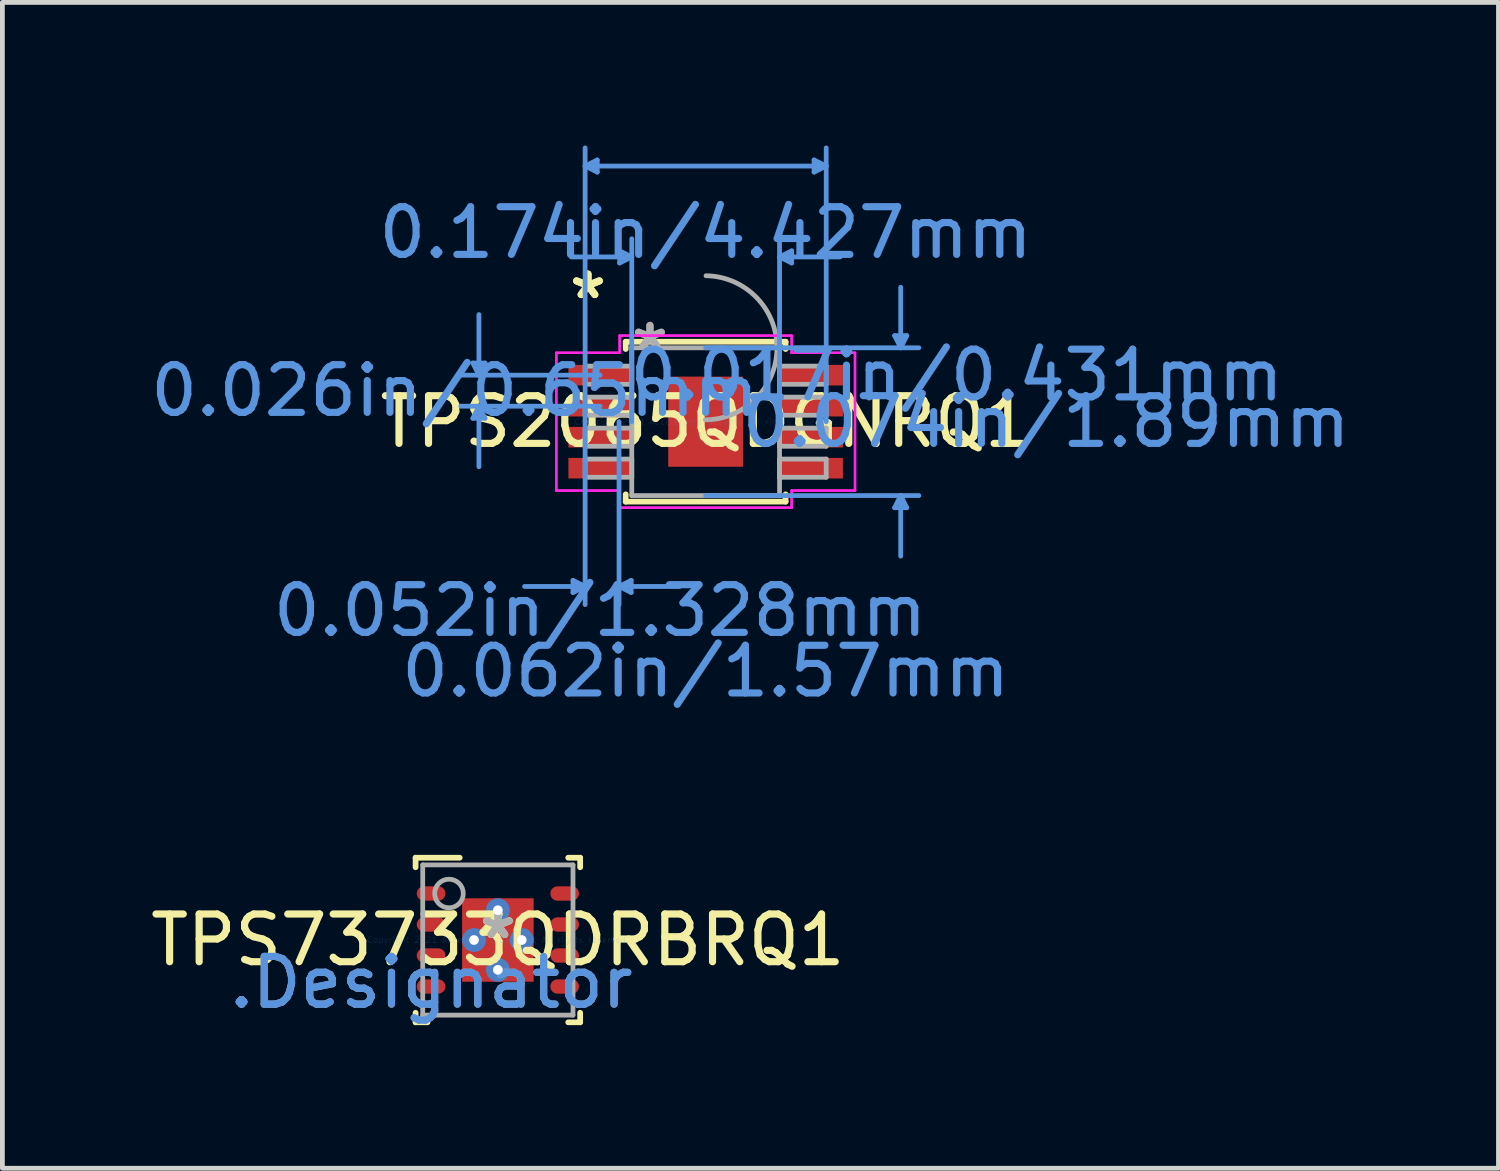
<source format=kicad_pcb>
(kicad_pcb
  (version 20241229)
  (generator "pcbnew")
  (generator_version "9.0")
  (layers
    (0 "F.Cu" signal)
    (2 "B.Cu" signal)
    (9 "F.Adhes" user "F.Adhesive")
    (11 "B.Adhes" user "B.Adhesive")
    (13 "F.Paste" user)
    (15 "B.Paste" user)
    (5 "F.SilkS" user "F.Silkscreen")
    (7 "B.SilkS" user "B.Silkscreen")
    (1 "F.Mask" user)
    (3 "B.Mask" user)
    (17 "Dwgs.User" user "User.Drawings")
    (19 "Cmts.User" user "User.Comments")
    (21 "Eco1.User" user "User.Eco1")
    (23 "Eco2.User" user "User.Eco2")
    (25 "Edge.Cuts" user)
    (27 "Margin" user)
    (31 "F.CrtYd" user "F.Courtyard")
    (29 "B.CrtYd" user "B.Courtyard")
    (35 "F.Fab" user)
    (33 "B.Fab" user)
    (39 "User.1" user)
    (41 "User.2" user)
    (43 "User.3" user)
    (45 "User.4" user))
  (footprint "TPS2065QDGNRQ1"
    (layer "F.Cu")
    (at 11.743 5.79)
    (property "Reference" "TPS2065QDGNRQ1" (at 0 0 0) (layer "F.SilkS") (effects (font (size 1 1) (thickness 0.15))))
    (attr through_hole)
    (fp_line (start -1.676 -1.676) (end -1.676 -1.523) (stroke (width 0.12) (type solid)) (layer "F.SilkS"))
    (fp_line (start -1.676 1.523) (end -1.676 1.676) (stroke (width 0.12) (type solid)) (layer "F.SilkS"))
    (fp_line (start -1.676 1.676) (end 1.676 1.676) (stroke (width 0.12) (type solid)) (layer "F.SilkS"))
    (fp_line (start 1.676 -1.676) (end -1.676 -1.676) (stroke (width 0.12) (type solid)) (layer "F.SilkS"))
    (fp_line (start 1.676 -1.523) (end 1.676 -1.676) (stroke (width 0.12) (type solid)) (layer "F.SilkS"))
    (fp_line (start 1.676 1.676) (end 1.676 1.523) (stroke (width 0.12) (type solid)) (layer "F.SilkS"))
    (fp_line (start -4.88 -1.229) (end -4.626 -1.229) (stroke (width 0.1) (type solid)) (layer "Cmts.User"))
    (fp_line (start -4.88 -0.071) (end -4.626 -0.071) (stroke (width 0.1) (type solid)) (layer "Cmts.User"))
    (fp_line (start -4.753 -0.975) (end -4.88 -1.229) (stroke (width 0.1) (type solid)) (layer "Cmts.User"))
    (fp_line (start -4.753 -0.975) (end -4.753 -2.245) (stroke (width 0.1) (type solid)) (layer "Cmts.User"))
    (fp_line (start -4.753 -0.975) (end -4.626 -1.229) (stroke (width 0.1) (type solid)) (layer "Cmts.User"))
    (fp_line (start -4.753 -0.325) (end -4.88 -0.071) (stroke (width 0.1) (type solid)) (layer "Cmts.User"))
    (fp_line (start -4.753 -0.325) (end -4.753 0.945) (stroke (width 0.1) (type solid)) (layer "Cmts.User"))
    (fp_line (start -4.753 -0.325) (end -4.626 -0.071) (stroke (width 0.1) (type solid)) (layer "Cmts.User"))
    (fp_line (start -2.781 3.327) (end -2.781 3.581) (stroke (width 0.1) (type solid)) (layer "Cmts.User"))
    (fp_line (start -2.527 -5.359) (end -2.273 -5.486) (stroke (width 0.1) (type solid)) (layer "Cmts.User"))
    (fp_line (start -2.527 -5.359) (end -2.273 -5.232) (stroke (width 0.1) (type solid)) (layer "Cmts.User"))
    (fp_line (start -2.527 -5.359) (end 2.527 -5.359) (stroke (width 0.1) (type solid)) (layer "Cmts.User"))
    (fp_line (start -2.527 0) (end -2.527 -5.74) (stroke (width 0.1) (type solid)) (layer "Cmts.User"))
    (fp_line (start -2.527 0) (end -2.527 3.835) (stroke (width 0.1) (type solid)) (layer "Cmts.User"))
    (fp_line (start -2.527 3.454) (end -3.797 3.454) (stroke (width 0.1) (type solid)) (layer "Cmts.User"))
    (fp_line (start -2.527 3.454) (end -2.781 3.327) (stroke (width 0.1) (type solid)) (layer "Cmts.User"))
    (fp_line (start -2.527 3.454) (end -2.781 3.581) (stroke (width 0.1) (type solid)) (layer "Cmts.User"))
    (fp_line (start -2.273 -5.486) (end -2.273 -5.232) (stroke (width 0.1) (type solid)) (layer "Cmts.User"))
    (fp_line (start -2.213 -0.975) (end -5.134 -0.975) (stroke (width 0.1) (type solid)) (layer "Cmts.User"))
    (fp_line (start -2.213 -0.325) (end -5.134 -0.325) (stroke (width 0.1) (type solid)) (layer "Cmts.User"))
    (fp_line (start -1.816 0) (end -1.816 3.835) (stroke (width 0.1) (type solid)) (layer "Cmts.User"))
    (fp_line (start -1.816 3.454) (end -1.562 3.327) (stroke (width 0.1) (type solid)) (layer "Cmts.User"))
    (fp_line (start -1.816 3.454) (end -1.562 3.581) (stroke (width 0.1) (type solid)) (layer "Cmts.User"))
    (fp_line (start -1.816 3.454) (end -0.546 3.454) (stroke (width 0.1) (type solid)) (layer "Cmts.User"))
    (fp_line (start -1.803 -3.581) (end -1.803 -3.327) (stroke (width 0.1) (type solid)) (layer "Cmts.User"))
    (fp_line (start -1.562 3.327) (end -1.562 3.581) (stroke (width 0.1) (type solid)) (layer "Cmts.User"))
    (fp_line (start -1.549 -3.454) (end -2.819 -3.454) (stroke (width 0.1) (type solid)) (layer "Cmts.User"))
    (fp_line (start -1.549 -3.454) (end -1.803 -3.581) (stroke (width 0.1) (type solid)) (layer "Cmts.User"))
    (fp_line (start -1.549 -3.454) (end -1.803 -3.327) (stroke (width 0.1) (type solid)) (layer "Cmts.User"))
    (fp_line (start -1.549 0) (end -1.549 -3.835) (stroke (width 0.1) (type solid)) (layer "Cmts.User"))
    (fp_line (start 0 -1.549) (end 4.47 -1.549) (stroke (width 0.1) (type solid)) (layer "Cmts.User"))
    (fp_line (start 0 1.549) (end 4.47 1.549) (stroke (width 0.1) (type solid)) (layer "Cmts.User"))
    (fp_line (start 1.549 -3.454) (end 1.803 -3.581) (stroke (width 0.1) (type solid)) (layer "Cmts.User"))
    (fp_line (start 1.549 -3.454) (end 1.803 -3.327) (stroke (width 0.1) (type solid)) (layer "Cmts.User"))
    (fp_line (start 1.549 -3.454) (end 2.819 -3.454) (stroke (width 0.1) (type solid)) (layer "Cmts.User"))
    (fp_line (start 1.549 0) (end 1.549 -3.835) (stroke (width 0.1) (type solid)) (layer "Cmts.User"))
    (fp_line (start 1.803 -3.581) (end 1.803 -3.327) (stroke (width 0.1) (type solid)) (layer "Cmts.User"))
    (fp_line (start 2.273 -5.486) (end 2.273 -5.232) (stroke (width 0.1) (type solid)) (layer "Cmts.User"))
    (fp_line (start 2.527 -5.359) (end 2.273 -5.486) (stroke (width 0.1) (type solid)) (layer "Cmts.User"))
    (fp_line (start 2.527 -5.359) (end 2.273 -5.232) (stroke (width 0.1) (type solid)) (layer "Cmts.User"))
    (fp_line (start 2.527 0) (end 2.527 -5.74) (stroke (width 0.1) (type solid)) (layer "Cmts.User"))
    (fp_line (start 3.962 -1.803) (end 4.216 -1.803) (stroke (width 0.1) (type solid)) (layer "Cmts.User"))
    (fp_line (start 3.962 1.803) (end 4.216 1.803) (stroke (width 0.1) (type solid)) (layer "Cmts.User"))
    (fp_line (start 4.089 -1.549) (end 3.962 -1.803) (stroke (width 0.1) (type solid)) (layer "Cmts.User"))
    (fp_line (start 4.089 -1.549) (end 4.089 -2.819) (stroke (width 0.1) (type solid)) (layer "Cmts.User"))
    (fp_line (start 4.089 -1.549) (end 4.216 -1.803) (stroke (width 0.1) (type solid)) (layer "Cmts.User"))
    (fp_line (start 4.089 1.549) (end 3.962 1.803) (stroke (width 0.1) (type solid)) (layer "Cmts.User"))
    (fp_line (start 4.089 1.549) (end 4.089 2.819) (stroke (width 0.1) (type solid)) (layer "Cmts.User"))
    (fp_line (start 4.089 1.549) (end 4.216 1.803) (stroke (width 0.1) (type solid)) (layer "Cmts.User"))
    (fp_line (start -3.131 -1.444) (end -1.803 -1.444) (stroke (width 0.05) (type solid)) (layer "F.CrtYd"))
    (fp_line (start -3.131 -1.444) (end -1.803 -1.444) (stroke (width 0.05) (type solid)) (layer "F.CrtYd"))
    (fp_line (start -3.131 1.444) (end -3.131 -1.444) (stroke (width 0.05) (type solid)) (layer "F.CrtYd"))
    (fp_line (start -3.131 1.444) (end -3.131 -1.444) (stroke (width 0.05) (type solid)) (layer "F.CrtYd"))
    (fp_line (start -3.131 1.444) (end -1.803 1.444) (stroke (width 0.05) (type solid)) (layer "F.CrtYd"))
    (fp_line (start -1.803 -1.803) (end 1.803 -1.803) (stroke (width 0.05) (type solid)) (layer "F.CrtYd"))
    (fp_line (start -1.803 -1.803) (end 1.803 -1.803) (stroke (width 0.05) (type solid)) (layer "F.CrtYd"))
    (fp_line (start -1.803 -1.444) (end -1.803 -1.803) (stroke (width 0.05) (type solid)) (layer "F.CrtYd"))
    (fp_line (start -1.803 -1.444) (end -1.803 -1.803) (stroke (width 0.05) (type solid)) (layer "F.CrtYd"))
    (fp_line (start -1.803 1.444) (end -3.131 1.444) (stroke (width 0.05) (type solid)) (layer "F.CrtYd"))
    (fp_line (start -1.803 1.803) (end -1.803 1.444) (stroke (width 0.05) (type solid)) (layer "F.CrtYd"))
    (fp_line (start -1.803 1.803) (end -1.803 1.444) (stroke (width 0.05) (type solid)) (layer "F.CrtYd"))
    (fp_line (start 1.803 -1.803) (end 1.803 -1.444) (stroke (width 0.05) (type solid)) (layer "F.CrtYd"))
    (fp_line (start 1.803 -1.803) (end 1.803 -1.444) (stroke (width 0.05) (type solid)) (layer "F.CrtYd"))
    (fp_line (start 1.803 -1.444) (end 3.131 -1.444) (stroke (width 0.05) (type solid)) (layer "F.CrtYd"))
    (fp_line (start 1.803 1.444) (end 1.803 1.803) (stroke (width 0.05) (type solid)) (layer "F.CrtYd"))
    (fp_line (start 1.803 1.444) (end 1.803 1.803) (stroke (width 0.05) (type solid)) (layer "F.CrtYd"))
    (fp_line (start 1.803 1.803) (end -1.803 1.803) (stroke (width 0.05) (type solid)) (layer "F.CrtYd"))
    (fp_line (start 1.803 1.803) (end -1.803 1.803) (stroke (width 0.05) (type solid)) (layer "F.CrtYd"))
    (fp_line (start 3.131 -1.444) (end 1.803 -1.444) (stroke (width 0.05) (type solid)) (layer "F.CrtYd"))
    (fp_line (start 3.131 -1.444) (end 3.131 1.444) (stroke (width 0.05) (type solid)) (layer "F.CrtYd"))
    (fp_line (start 3.131 -1.444) (end 3.131 1.444) (stroke (width 0.05) (type solid)) (layer "F.CrtYd"))
    (fp_line (start 3.131 1.444) (end 1.803 1.444) (stroke (width 0.05) (type solid)) (layer "F.CrtYd"))
    (fp_line (start 3.131 1.444) (end 1.803 1.444) (stroke (width 0.05) (type solid)) (layer "F.CrtYd"))
    (fp_line (start -2.527 -1.165) (end -2.527 -0.784) (stroke (width 0.1) (type solid)) (layer "F.Fab"))
    (fp_line (start -2.527 -0.784) (end -1.549 -0.784) (stroke (width 0.1) (type solid)) (layer "F.Fab"))
    (fp_line (start -2.527 -0.515) (end -2.527 -0.135) (stroke (width 0.1) (type solid)) (layer "F.Fab"))
    (fp_line (start -2.527 -0.135) (end -1.549 -0.135) (stroke (width 0.1) (type solid)) (layer "F.Fab"))
    (fp_line (start -2.527 0.135) (end -2.527 0.515) (stroke (width 0.1) (type solid)) (layer "F.Fab"))
    (fp_line (start -2.527 0.515) (end -1.549 0.515) (stroke (width 0.1) (type solid)) (layer "F.Fab"))
    (fp_line (start -2.527 0.784) (end -2.527 1.165) (stroke (width 0.1) (type solid)) (layer "F.Fab"))
    (fp_line (start -2.527 1.165) (end -1.549 1.165) (stroke (width 0.1) (type solid)) (layer "F.Fab"))
    (fp_line (start -1.549 -1.549) (end -1.549 1.549) (stroke (width 0.1) (type solid)) (layer "F.Fab"))
    (fp_line (start -1.549 -1.165) (end -2.527 -1.165) (stroke (width 0.1) (type solid)) (layer "F.Fab"))
    (fp_line (start -1.549 -0.784) (end -1.549 -1.165) (stroke (width 0.1) (type solid)) (layer "F.Fab"))
    (fp_line (start -1.549 -0.515) (end -2.527 -0.515) (stroke (width 0.1) (type solid)) (layer "F.Fab"))
    (fp_line (start -1.549 -0.135) (end -1.549 -0.515) (stroke (width 0.1) (type solid)) (layer "F.Fab"))
    (fp_line (start -1.549 0.135) (end -2.527 0.135) (stroke (width 0.1) (type solid)) (layer "F.Fab"))
    (fp_line (start -1.549 0.515) (end -1.549 0.135) (stroke (width 0.1) (type solid)) (layer "F.Fab"))
    (fp_line (start -1.549 0.784) (end -2.527 0.784) (stroke (width 0.1) (type solid)) (layer "F.Fab"))
    (fp_line (start -1.549 1.165) (end -1.549 0.784) (stroke (width 0.1) (type solid)) (layer "F.Fab"))
    (fp_line (start -1.549 1.549) (end 1.549 1.549) (stroke (width 0.1) (type solid)) (layer "F.Fab"))
    (fp_line (start 1.549 -1.549) (end -1.549 -1.549) (stroke (width 0.1) (type solid)) (layer "F.Fab"))
    (fp_line (start 1.549 -1.165) (end 1.549 -0.784) (stroke (width 0.1) (type solid)) (layer "F.Fab"))
    (fp_line (start 1.549 -0.784) (end 2.527 -0.784) (stroke (width 0.1) (type solid)) (layer "F.Fab"))
    (fp_line (start 1.549 -0.515) (end 1.549 -0.135) (stroke (width 0.1) (type solid)) (layer "F.Fab"))
    (fp_line (start 1.549 -0.135) (end 2.527 -0.135) (stroke (width 0.1) (type solid)) (layer "F.Fab"))
    (fp_line (start 1.549 0.135) (end 1.549 0.515) (stroke (width 0.1) (type solid)) (layer "F.Fab"))
    (fp_line (start 1.549 0.515) (end 2.527 0.515) (stroke (width 0.1) (type solid)) (layer "F.Fab"))
    (fp_line (start 1.549 0.784) (end 1.549 1.165) (stroke (width 0.1) (type solid)) (layer "F.Fab"))
    (fp_line (start 1.549 1.165) (end 2.527 1.165) (stroke (width 0.1) (type solid)) (layer "F.Fab"))
    (fp_line (start 1.549 1.549) (end 1.549 -1.549) (stroke (width 0.1) (type solid)) (layer "F.Fab"))
    (fp_line (start 2.527 -1.165) (end 1.549 -1.165) (stroke (width 0.1) (type solid)) (layer "F.Fab"))
    (fp_line (start 2.527 -0.784) (end 2.527 -1.165) (stroke (width 0.1) (type solid)) (layer "F.Fab"))
    (fp_line (start 2.527 -0.515) (end 1.549 -0.515) (stroke (width 0.1) (type solid)) (layer "F.Fab"))
    (fp_line (start 2.527 -0.135) (end 2.527 -0.515) (stroke (width 0.1) (type solid)) (layer "F.Fab"))
    (fp_line (start 2.527 0.135) (end 1.549 0.135) (stroke (width 0.1) (type solid)) (layer "F.Fab"))
    (fp_line (start 2.527 0.515) (end 2.527 0.135) (stroke (width 0.1) (type solid)) (layer "F.Fab"))
    (fp_line (start 2.527 0.784) (end 1.549 0.784) (stroke (width 0.1) (type solid)) (layer "F.Fab"))
    (fp_line (start 2.527 1.165) (end 2.527 0.784) (stroke (width 0.1) (type solid)) (layer "F.Fab"))
    (fp_arc (start 0.007742 -3.059445) (mid 1.510045 -1.541658) (end -0.007742 -0.039355) (stroke (width 0.1) (type solid)) (layer "F.Fab"))
    (fp_text user "*" (at -2.467 -2.549 0) (layer "F.SilkS") (effects (font (size 1 1) (thickness 0.15))))
    (fp_text user "*" (at -2.467 -2.549 0) (layer "F.SilkS") (effects (font (size 1 1) (thickness 0.15))))
    (fp_text user "0.074in/1.89mm" (at 7.137 0 0) (layer "Cmts.User") (effects (font (size 1 1) (thickness 0.15))))
    (fp_text user "0.062in/1.57mm" (at 0 5.232 0) (layer "Cmts.User") (effects (font (size 1 1) (thickness 0.15))))
    (fp_text user "0.026in/0.65mm" (at -5.261 -0.65 0) (layer "Cmts.User") (effects (font (size 1 1) (thickness 0.15))))
    (fp_text user "0.052in/1.328mm" (at -2.213 3.962 0) (layer "Cmts.User") (effects (font (size 1 1) (thickness 0.15))))
    (fp_text user "0.017in/0.431mm" (at 5.261 -0.975 0) (layer "Cmts.User") (effects (font (size 1 1) (thickness 0.15))))
    (fp_text user "0.174in/4.427mm" (at 0 -3.962 0) (layer "Cmts.User") (effects (font (size 1 1) (thickness 0.15))))
    (fp_text user "Copyright 2021 Accelerated Designs. All rights reserved." (at 0 0 0) (layer "Cmts.User") (effects (font (size 0.127 0.127) (thickness 0.002))))
    (fp_text user "*" (at -1.168 -1.473 0) (layer "F.Fab") (effects (font (size 1 1) (thickness 0.15))))
    (fp_text user "*" (at -1.168 -1.473 0) (layer "F.Fab") (effects (font (size 1 1) (thickness 0.15))))
    (pad "1" smd rect (at -2.213 -0.975) (size 1.328 0.431) (layers "F.Cu" "F.Mask" "F.Paste"))
    (pad "2" smd rect (at -2.213 -0.325) (size 1.328 0.431) (layers "F.Cu" "F.Mask" "F.Paste"))
    (pad "3" smd rect (at -2.213 0.325) (size 1.328 0.431) (layers "F.Cu" "F.Mask" "F.Paste"))
    (pad "4" smd rect (at -2.213 0.975) (size 1.328 0.431) (layers "F.Cu" "F.Mask" "F.Paste"))
    (pad "5" smd rect (at 2.213 0.975) (size 1.328 0.431) (layers "F.Cu" "F.Mask" "F.Paste"))
    (pad "6" smd rect (at 2.213 0.325) (size 1.328 0.431) (layers "F.Cu" "F.Mask" "F.Paste"))
    (pad "7" smd rect (at 2.213 -0.325) (size 1.328 0.431) (layers "F.Cu" "F.Mask" "F.Paste"))
    (pad "8" smd rect (at 2.213 -0.975) (size 1.328 0.431) (layers "F.Cu" "F.Mask" "F.Paste"))
    (pad "EPAD" smd rect (at 0 0) (size 1.57 1.89) (layers "F.Cu" "F.Mask" "F.Paste")))
  (footprint "TPS73733QDRBRQ1"
    (layer "F.Cu")
    (at 7.387 16.656)
    (property "Reference" "TPS73733QDRBRQ1" (at 0 0 0) (layer "F.SilkS") (effects (font (size 1 1) (thickness 0.15))))
    (attr through_hole)
    (fp_line (start -1.725 1.725) (end -1.725 1.525) (stroke (width 0.12) (type solid)) (layer "F.SilkS"))
    (fp_line (start -1.725 -1.725) (end -0.8 -1.725) (stroke (width 0.12) (type solid)) (layer "F.SilkS"))
    (fp_line (start -1.725 -1.525) (end -1.725 -1.725) (stroke (width 0.12) (type solid)) (layer "F.SilkS"))
    (fp_line (start -1.725 1.725) (end -1.475 1.725) (stroke (width 0.12) (type solid)) (layer "F.SilkS"))
    (fp_line (start 1.475 -1.725) (end 1.725 -1.725) (stroke (width 0.12) (type solid)) (layer "F.SilkS"))
    (fp_line (start 1.475 1.725) (end 1.725 1.725) (stroke (width 0.12) (type solid)) (layer "F.SilkS"))
    (fp_line (start 1.725 -1.525) (end 1.725 -1.725) (stroke (width 0.12) (type solid)) (layer "F.SilkS"))
    (fp_line (start 1.725 1.725) (end 1.725 1.525) (stroke (width 0.12) (type solid)) (layer "F.SilkS"))
    (fp_poly (pts (xy -0.691 0.792) (xy 0.692 0.792) (xy 0.692 -0.792) (xy -0.691 -0.792)) (stroke (width 0.1) (type solid)) (fill yes) (layer "F.Paste"))
    (fp_line (start -1.575 -1.575) (end 1.575 -1.575) (stroke (width 0.1) (type solid)) (layer "F.Fab"))
    (fp_line (start -1.575 1.575) (end -1.575 -1.575) (stroke (width 0.1) (type solid)) (layer "F.Fab"))
    (fp_line (start -1.575 1.575) (end 1.575 1.575) (stroke (width 0.1) (type solid)) (layer "F.Fab"))
    (fp_line (start 1.575 1.575) (end 1.575 -1.575) (stroke (width 0.1) (type solid)) (layer "F.Fab"))
    (fp_circle (center -1.025 -0.975) (end -0.725 -0.975) (stroke (width 0.1) (type solid)) (fill no) (layer "F.Fab"))
    (fp_text user "*" (at 0 0 0) (layer "F.SilkS") (effects (font (size 1 1) (thickness 0.15))))
    (fp_text user "Copyright 2021 Accelerated Designs. All rights reserved." (at 0 0 0) (layer "Cmts.User") (effects (font (size 0.127 0.127) (thickness 0.002))))
    (fp_text user ".Designator" (at -1.397 0.889 0) (layer "Cmts.User") (effects (font (size 1 1) (thickness 0.15))))
    (fp_text user ".Designator" (at -1.397 0.889 0) (layer "F.Fab") (effects (font (size 1 1) (thickness 0.15))))
    (fp_text user "*" (at 0 0 0) (layer "F.Fab") (effects (font (size 1 1) (thickness 0.15))))
    (pad "1" smd oval (at -1.4 -0.975 90) (size 0.3 0.6) (layers "F.Cu" "F.Mask" "F.Paste"))
    (pad "2" smd oval (at -1.4 -0.325 90) (size 0.3 0.6) (layers "F.Cu" "F.Mask" "F.Paste"))
    (pad "3" smd oval (at -1.4 0.325 90) (size 0.3 0.6) (layers "F.Cu" "F.Mask" "F.Paste"))
    (pad "4" smd oval (at -1.4 0.975 90) (size 0.3 0.6) (layers "F.Cu" "F.Mask" "F.Paste"))
    (pad "5" smd oval (at 1.4 0.975 90) (size 0.3 0.6) (layers "F.Cu" "F.Mask" "F.Paste"))
    (pad "6" smd oval (at 1.4 0.325 90) (size 0.3 0.6) (layers "F.Cu" "F.Mask" "F.Paste"))
    (pad "7" smd oval (at 1.4 -0.325 90) (size 0.3 0.6) (layers "F.Cu" "F.Mask" "F.Paste"))
    (pad "8" smd oval (at 1.4 -0.975 90) (size 0.3 0.6) (layers "F.Cu" "F.Mask" "F.Paste"))
    (pad "9" smd rect (at 0.000003 0) (size 1.5 1.75) (layers "F.Cu" "F.Mask"))
    (pad "V" thru_hole circle (at -0.5 0) (size 0.5 0.5) (drill 0.203) (layers "*.Cu" "*.Mask"))
    (pad "V" thru_hole circle (at 0 -0.625) (size 0.5 0.5) (drill 0.203) (layers "*.Cu" "*.Mask"))
    (pad "V" thru_hole circle (at 0 0.625) (size 0.5 0.5) (drill 0.203) (layers "*.Cu" "*.Mask"))
    (pad "V" thru_hole circle (at 0.5 0) (size 0.5 0.5) (drill 0.203) (layers "*.Cu" "*.Mask")))
  (gr_rect
    (start -3 -3)
    (end 28.363 21.441)
    (stroke (width 0.1) (type default))
    (fill no)
    (layer "Edge.Cuts")))
</source>
